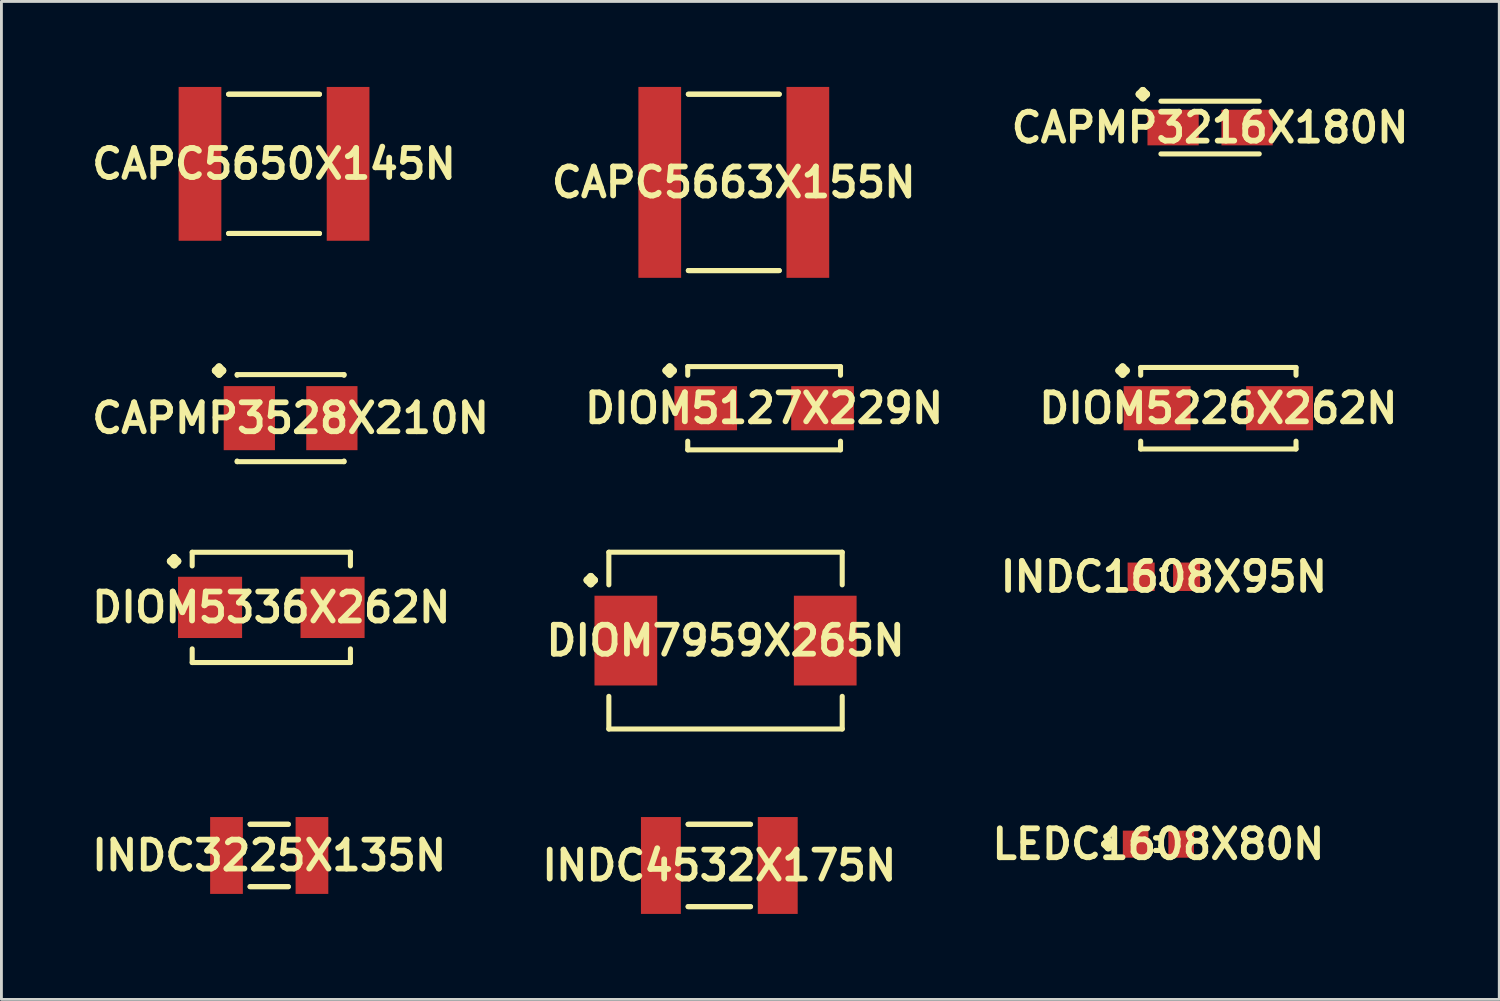
<source format=kicad_pcb>
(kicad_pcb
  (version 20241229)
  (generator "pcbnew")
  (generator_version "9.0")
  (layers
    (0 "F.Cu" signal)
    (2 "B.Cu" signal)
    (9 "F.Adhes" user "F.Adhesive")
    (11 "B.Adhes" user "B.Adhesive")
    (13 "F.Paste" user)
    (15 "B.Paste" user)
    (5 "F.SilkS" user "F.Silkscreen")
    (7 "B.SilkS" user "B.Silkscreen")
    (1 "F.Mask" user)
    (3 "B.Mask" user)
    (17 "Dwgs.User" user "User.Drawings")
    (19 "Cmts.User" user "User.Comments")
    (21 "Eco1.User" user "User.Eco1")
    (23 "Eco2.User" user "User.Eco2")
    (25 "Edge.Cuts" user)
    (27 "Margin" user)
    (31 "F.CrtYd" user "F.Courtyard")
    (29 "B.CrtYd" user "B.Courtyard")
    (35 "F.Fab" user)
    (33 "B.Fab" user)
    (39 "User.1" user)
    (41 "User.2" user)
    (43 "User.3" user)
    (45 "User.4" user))
  (footprint "INDC4532X175N"
    (layer "F.Cu")
    (at 22.188 27.316)
    (property "Reference" "INDC4532X175N" (at 0 0 0) (layer "F.SilkS") (effects (font (size 1.016 1.016) (thickness 0.203))))
    (attr smd)
    (fp_line (start -1.095 -1.445) (end 1.095 -1.445) (stroke (width 0.178) (type solid)) (layer "F.SilkS"))
    (fp_line (start -1.095 1.445) (end 1.095 1.445) (stroke (width 0.178) (type solid)) (layer "F.SilkS"))
    (fp_line (start 1.095 -1.445) (end -1.095 -1.445) (stroke (width 0.178) (type solid)) (layer "F.SilkS"))
    (fp_line (start 1.095 1.445) (end -1.095 1.445) (stroke (width 0.178) (type solid)) (layer "F.SilkS"))
    (pad "1" smd rect (at -2.05 0) (size 1.4 3.399) (layers "F.Cu" "F.Mask" "F.Paste"))
    (pad "2" smd rect (at 2.05 0) (size 1.4 3.399) (layers "F.Cu" "F.Mask" "F.Paste")))
  (footprint "INDC3225X135N"
    (layer "F.Cu")
    (at 6.396 26.965)
    (property "Reference" "INDC3225X135N" (at 0 0 0) (layer "F.SilkS") (effects (font (size 1.016 1.016) (thickness 0.203))))
    (attr smd)
    (fp_line (start -0.671 -1.095) (end 0.671 -1.095) (stroke (width 0.178) (type solid)) (layer "F.SilkS"))
    (fp_line (start -0.671 1.095) (end 0.671 1.095) (stroke (width 0.178) (type solid)) (layer "F.SilkS"))
    (fp_line (start 0.671 -1.095) (end -0.671 -1.095) (stroke (width 0.178) (type solid)) (layer "F.SilkS"))
    (fp_line (start 0.671 1.095) (end -0.671 1.095) (stroke (width 0.178) (type solid)) (layer "F.SilkS"))
    (pad "1" smd rect (at -1.499 0) (size 1.148 2.697) (layers "F.Cu" "F.Mask" "F.Paste"))
    (pad "2" smd rect (at 1.499 0) (size 1.148 2.697) (layers "F.Cu" "F.Mask" "F.Paste")))
  (footprint "INDC1608X95N"
    (layer "F.Cu")
    (at 37.786 17.187)
    (property "Reference" "INDC1608X95N" (at 0 0 0) (layer "F.SilkS") (effects (font (size 1.016 1.016) (thickness 0.203))))
    (attr smd)
    (fp_line (start -0.069 -0.244) (end 0.069 -0.244) (stroke (width 0.178) (type solid)) (layer "F.SilkS"))
    (fp_line (start -0.069 0.244) (end 0.069 0.244) (stroke (width 0.178) (type solid)) (layer "F.SilkS"))
    (fp_line (start 0.069 -0.244) (end -0.069 -0.244) (stroke (width 0.178) (type solid)) (layer "F.SilkS"))
    (fp_line (start 0.069 0.244) (end -0.069 0.244) (stroke (width 0.178) (type solid)) (layer "F.SilkS"))
    (pad "1" smd rect (at -0.798 0) (size 0.95 0.998) (layers "F.Cu" "F.Mask" "F.Paste"))
    (pad "2" smd rect (at 0.798 0) (size 0.95 0.998) (layers "F.Cu" "F.Mask" "F.Paste")))
  (footprint "CAPMP3528X210N"
    (layer "F.Cu")
    (at 7.146 11.621)
    (property "Reference" "CAPMP3528X210N" (at 0 0 0) (layer "F.SilkS") (effects (font (size 1.016 1.016) (thickness 0.203))))
    (attr smd)
    (fp_line (start -2.637 -1.669) (end -2.51 -1.796) (stroke (width 0.254) (type solid)) (layer "F.SilkS"))
    (fp_line (start -2.51 -1.796) (end -2.383 -1.669) (stroke (width 0.254) (type solid)) (layer "F.SilkS"))
    (fp_line (start -2.51 -1.542) (end -2.637 -1.669) (stroke (width 0.254) (type solid)) (layer "F.SilkS"))
    (fp_line (start -2.383 -1.669) (end -2.51 -1.542) (stroke (width 0.254) (type solid)) (layer "F.SilkS"))
    (fp_line (start -1.875 -1.527) (end 1.875 -1.527) (stroke (width 0.178) (type solid)) (layer "F.SilkS"))
    (fp_line (start -1.875 -1.504) (end -1.875 -1.527) (stroke (width 0.178) (type solid)) (layer "F.SilkS"))
    (fp_line (start -1.875 1.504) (end -1.875 1.527) (stroke (width 0.178) (type solid)) (layer "F.SilkS"))
    (fp_line (start -1.875 1.527) (end 1.875 1.527) (stroke (width 0.178) (type solid)) (layer "F.SilkS"))
    (fp_line (start 1.875 -1.527) (end 1.875 -1.504) (stroke (width 0.178) (type solid)) (layer "F.SilkS"))
    (fp_line (start 1.875 1.527) (end 1.875 1.504) (stroke (width 0.178) (type solid)) (layer "F.SilkS"))
    (pad "1" smd rect (at -1.448 0) (size 1.798 2.248) (layers "F.Cu" "F.Mask" "F.Paste"))
    (pad "2" smd rect (at 1.448 0) (size 1.798 2.248) (layers "F.Cu" "F.Mask" "F.Paste")))
  (footprint "CAPC5663X155N"
    (layer "F.Cu")
    (at 22.696 3.349)
    (property "Reference" "CAPC5663X155N" (at 0 0 0) (layer "F.SilkS") (effects (font (size 1.016 1.016) (thickness 0.203))))
    (attr smd)
    (fp_line (start -1.595 -3.094) (end 1.595 -3.094) (stroke (width 0.178) (type solid)) (layer "F.SilkS"))
    (fp_line (start -1.595 3.094) (end 1.595 3.094) (stroke (width 0.178) (type solid)) (layer "F.SilkS"))
    (fp_line (start 1.595 -3.094) (end -1.595 -3.094) (stroke (width 0.178) (type solid)) (layer "F.SilkS"))
    (fp_line (start 1.595 3.094) (end -1.595 3.094) (stroke (width 0.178) (type solid)) (layer "F.SilkS"))
    (pad "1" smd rect (at -2.598 0) (size 1.499 6.698) (layers "F.Cu" "F.Mask" "F.Paste"))
    (pad "2" smd rect (at 2.598 0) (size 1.499 6.698) (layers "F.Cu" "F.Mask" "F.Paste")))
  (footprint "DIOM5336X262N"
    (layer "F.Cu")
    (at 6.469 18.261)
    (property "Reference" "DIOM5336X262N" (at 0 0 0) (layer "F.SilkS") (effects (font (size 1.016 1.016) (thickness 0.203))))
    (attr smd)
    (fp_line (start -3.538 -1.621) (end -3.411 -1.748) (stroke (width 0.254) (type solid)) (layer "F.SilkS"))
    (fp_line (start -3.411 -1.748) (end -3.284 -1.621) (stroke (width 0.254) (type solid)) (layer "F.SilkS"))
    (fp_line (start -3.411 -1.494) (end -3.538 -1.621) (stroke (width 0.254) (type solid)) (layer "F.SilkS"))
    (fp_line (start -3.284 -1.621) (end -3.411 -1.494) (stroke (width 0.254) (type solid)) (layer "F.SilkS"))
    (fp_line (start -2.776 -1.935) (end 2.776 -1.935) (stroke (width 0.178) (type solid)) (layer "F.SilkS"))
    (fp_line (start -2.776 -1.455) (end -2.776 -1.935) (stroke (width 0.178) (type solid)) (layer "F.SilkS"))
    (fp_line (start -2.776 1.455) (end -2.776 1.935) (stroke (width 0.178) (type solid)) (layer "F.SilkS"))
    (fp_line (start -2.776 1.935) (end 2.776 1.935) (stroke (width 0.178) (type solid)) (layer "F.SilkS"))
    (fp_line (start 2.776 -1.935) (end 2.776 -1.455) (stroke (width 0.178) (type solid)) (layer "F.SilkS"))
    (fp_line (start 2.776 1.935) (end 2.776 1.455) (stroke (width 0.178) (type solid)) (layer "F.SilkS"))
    (pad "1" smd rect (at -2.149 0) (size 2.248 2.149) (layers "F.Cu" "F.Mask" "F.Paste"))
    (pad "2" smd rect (at 2.149 0) (size 2.248 2.149) (layers "F.Cu" "F.Mask" "F.Paste")))
  (footprint "CAPMP3216X180N"
    (layer "F.Cu")
    (at 39.407 1.425)
    (property "Reference" "CAPMP3216X180N" (at 0 0 0) (layer "F.SilkS") (effects (font (size 1.016 1.016) (thickness 0.203))))
    (attr smd)
    (fp_line (start -2.487 -1.171) (end -2.36 -1.298) (stroke (width 0.254) (type solid)) (layer "F.SilkS"))
    (fp_line (start -2.36 -1.298) (end -2.233 -1.171) (stroke (width 0.254) (type solid)) (layer "F.SilkS"))
    (fp_line (start -2.36 -1.044) (end -2.487 -1.171) (stroke (width 0.254) (type solid)) (layer "F.SilkS"))
    (fp_line (start -2.233 -1.171) (end -2.36 -1.044) (stroke (width 0.254) (type solid)) (layer "F.SilkS"))
    (fp_line (start -1.725 -0.925) (end 1.725 -0.925) (stroke (width 0.178) (type solid)) (layer "F.SilkS"))
    (fp_line (start -1.725 0.925) (end 1.725 0.925) (stroke (width 0.178) (type solid)) (layer "F.SilkS"))
    (pad "1" smd rect (at -1.298 0) (size 1.798 1.25) (layers "F.Cu" "F.Mask" "F.Paste"))
    (pad "2" smd rect (at 1.298 0) (size 1.798 1.25) (layers "F.Cu" "F.Mask" "F.Paste")))
  (footprint "DIOM5226X262N"
    (layer "F.Cu")
    (at 39.697 11.273)
    (property "Reference" "DIOM5226X262N" (at 0 0 0) (layer "F.SilkS") (effects (font (size 1.016 1.016) (thickness 0.203))))
    (attr smd)
    (fp_line (start -3.487 -1.321) (end -3.36 -1.448) (stroke (width 0.254) (type solid)) (layer "F.SilkS"))
    (fp_line (start -3.36 -1.448) (end -3.233 -1.321) (stroke (width 0.254) (type solid)) (layer "F.SilkS"))
    (fp_line (start -3.36 -1.194) (end -3.487 -1.321) (stroke (width 0.254) (type solid)) (layer "F.SilkS"))
    (fp_line (start -3.233 -1.321) (end -3.36 -1.194) (stroke (width 0.254) (type solid)) (layer "F.SilkS"))
    (fp_line (start -2.725 -1.43) (end 2.725 -1.43) (stroke (width 0.178) (type solid)) (layer "F.SilkS"))
    (fp_line (start -2.725 -1.156) (end -2.725 -1.43) (stroke (width 0.178) (type solid)) (layer "F.SilkS"))
    (fp_line (start -2.725 1.156) (end -2.725 1.43) (stroke (width 0.178) (type solid)) (layer "F.SilkS"))
    (fp_line (start -2.725 1.43) (end 2.725 1.43) (stroke (width 0.178) (type solid)) (layer "F.SilkS"))
    (fp_line (start 2.725 -1.43) (end 2.725 -1.156) (stroke (width 0.178) (type solid)) (layer "F.SilkS"))
    (fp_line (start 2.725 1.43) (end 2.725 1.156) (stroke (width 0.178) (type solid)) (layer "F.SilkS"))
    (pad "1" smd rect (at -2.149 0) (size 2.349 1.549) (layers "F.Cu" "F.Mask" "F.Paste"))
    (pad "2" smd rect (at 2.149 0) (size 2.349 1.549) (layers "F.Cu" "F.Mask" "F.Paste")))
  (footprint "DIOM5127X229N"
    (layer "F.Cu")
    (at 23.76 11.273)
    (property "Reference" "DIOM5127X229N" (at 0 0 0) (layer "F.SilkS") (effects (font (size 1.016 1.016) (thickness 0.203))))
    (attr smd)
    (fp_line (start -3.442 -1.321) (end -3.315 -1.448) (stroke (width 0.254) (type solid)) (layer "F.SilkS"))
    (fp_line (start -3.315 -1.448) (end -3.188 -1.321) (stroke (width 0.254) (type solid)) (layer "F.SilkS"))
    (fp_line (start -3.315 -1.194) (end -3.442 -1.321) (stroke (width 0.254) (type solid)) (layer "F.SilkS"))
    (fp_line (start -3.188 -1.321) (end -3.315 -1.194) (stroke (width 0.254) (type solid)) (layer "F.SilkS"))
    (fp_line (start -2.68 -1.46) (end 2.68 -1.46) (stroke (width 0.178) (type solid)) (layer "F.SilkS"))
    (fp_line (start -2.68 -1.156) (end -2.68 -1.46) (stroke (width 0.178) (type solid)) (layer "F.SilkS"))
    (fp_line (start -2.68 1.156) (end -2.68 1.46) (stroke (width 0.178) (type solid)) (layer "F.SilkS"))
    (fp_line (start -2.68 1.46) (end 2.68 1.46) (stroke (width 0.178) (type solid)) (layer "F.SilkS"))
    (fp_line (start 2.68 -1.46) (end 2.68 -1.156) (stroke (width 0.178) (type solid)) (layer "F.SilkS"))
    (fp_line (start 2.68 1.46) (end 2.68 1.156) (stroke (width 0.178) (type solid)) (layer "F.SilkS"))
    (pad "1" smd rect (at -2.05 0) (size 2.2 1.549) (layers "F.Cu" "F.Mask" "F.Paste"))
    (pad "2" smd rect (at 2.05 0) (size 2.2 1.549) (layers "F.Cu" "F.Mask" "F.Paste")))
  (footprint "CAPC5650X145N"
    (layer "F.Cu")
    (at 6.565 2.699)
    (property "Reference" "CAPC5650X145N" (at 0 0 0) (layer "F.SilkS") (effects (font (size 1.016 1.016) (thickness 0.203))))
    (attr smd)
    (fp_line (start -1.595 -2.443) (end 1.595 -2.443) (stroke (width 0.178) (type solid)) (layer "F.SilkS"))
    (fp_line (start -1.595 2.443) (end 1.595 2.443) (stroke (width 0.178) (type solid)) (layer "F.SilkS"))
    (fp_line (start 1.595 -2.443) (end -1.595 -2.443) (stroke (width 0.178) (type solid)) (layer "F.SilkS"))
    (fp_line (start 1.595 2.443) (end -1.595 2.443) (stroke (width 0.178) (type solid)) (layer "F.SilkS"))
    (pad "1" smd rect (at -2.598 0) (size 1.499 5.397) (layers "F.Cu" "F.Mask" "F.Paste"))
    (pad "2" smd rect (at 2.598 0) (size 1.499 5.397) (layers "F.Cu" "F.Mask" "F.Paste")))
  (footprint "LEDC1608X80N"
    (layer "F.Cu")
    (at 37.593 26.568)
    (property "Reference" "LEDC1608X80N" (at 0 0 0) (layer "F.SilkS") (effects (font (size 1.016 1.016) (thickness 0.203))))
    (attr smd)
    (fp_line (start -1.885 0) (end -1.758 -0.127) (stroke (width 0.254) (type solid)) (layer "F.SilkS"))
    (fp_line (start -1.758 -0.127) (end -1.631 0) (stroke (width 0.254) (type solid)) (layer "F.SilkS"))
    (fp_line (start -1.758 0.127) (end -1.885 0) (stroke (width 0.254) (type solid)) (layer "F.SilkS"))
    (fp_line (start -1.631 0) (end -1.758 0.127) (stroke (width 0.254) (type solid)) (layer "F.SilkS"))
    (fp_line (start -0.094 -0.221) (end 0.094 -0.221) (stroke (width 0.178) (type solid)) (layer "F.SilkS"))
    (fp_line (start -0.094 0.221) (end 0.094 0.221) (stroke (width 0.178) (type solid)) (layer "F.SilkS"))
    (fp_line (start 0.094 -0.221) (end -0.094 -0.221) (stroke (width 0.178) (type solid)) (layer "F.SilkS"))
    (fp_line (start 0.094 0.221) (end -0.094 0.221) (stroke (width 0.178) (type solid)) (layer "F.SilkS"))
    (pad "1" smd rect (at -0.798 0) (size 0.899 0.95) (layers "F.Cu" "F.Mask" "F.Paste"))
    (pad "2" smd rect (at 0.798 0) (size 0.899 0.95) (layers "F.Cu" "F.Mask" "F.Paste")))
  (footprint "DIOM7959X265N"
    (layer "F.Cu")
    (at 22.406 19.426)
    (property "Reference" "DIOM7959X265N" (at 0 0 0) (layer "F.SilkS") (effects (font (size 1.016 1.016) (thickness 0.203))))
    (attr smd)
    (fp_line (start -4.856 -2.121) (end -4.729 -2.248) (stroke (width 0.254) (type solid)) (layer "F.SilkS"))
    (fp_line (start -4.729 -2.248) (end -4.602 -2.121) (stroke (width 0.254) (type solid)) (layer "F.SilkS"))
    (fp_line (start -4.729 -1.994) (end -4.856 -2.121) (stroke (width 0.254) (type solid)) (layer "F.SilkS"))
    (fp_line (start -4.602 -2.121) (end -4.729 -1.994) (stroke (width 0.254) (type solid)) (layer "F.SilkS"))
    (fp_line (start -4.094 -3.101) (end 4.094 -3.101) (stroke (width 0.178) (type solid)) (layer "F.SilkS"))
    (fp_line (start -4.094 -1.956) (end -4.094 -3.101) (stroke (width 0.178) (type solid)) (layer "F.SilkS"))
    (fp_line (start -4.094 1.956) (end -4.094 3.101) (stroke (width 0.178) (type solid)) (layer "F.SilkS"))
    (fp_line (start -4.094 3.101) (end 4.094 3.101) (stroke (width 0.178) (type solid)) (layer "F.SilkS"))
    (fp_line (start 4.094 -3.101) (end 4.094 -1.956) (stroke (width 0.178) (type solid)) (layer "F.SilkS"))
    (fp_line (start 4.094 3.101) (end 4.094 1.956) (stroke (width 0.178) (type solid)) (layer "F.SilkS"))
    (pad "1" smd rect (at -3.498 0) (size 2.2 3.15) (layers "F.Cu" "F.Mask" "F.Paste"))
    (pad "2" smd rect (at 3.498 0) (size 2.2 3.15) (layers "F.Cu" "F.Mask" "F.Paste")))
  (gr_rect
    (start -3 -3)
    (end 49.553 32.015)
    (stroke (width 0.1) (type default))
    (fill no)
    (layer "Edge.Cuts")))
</source>
